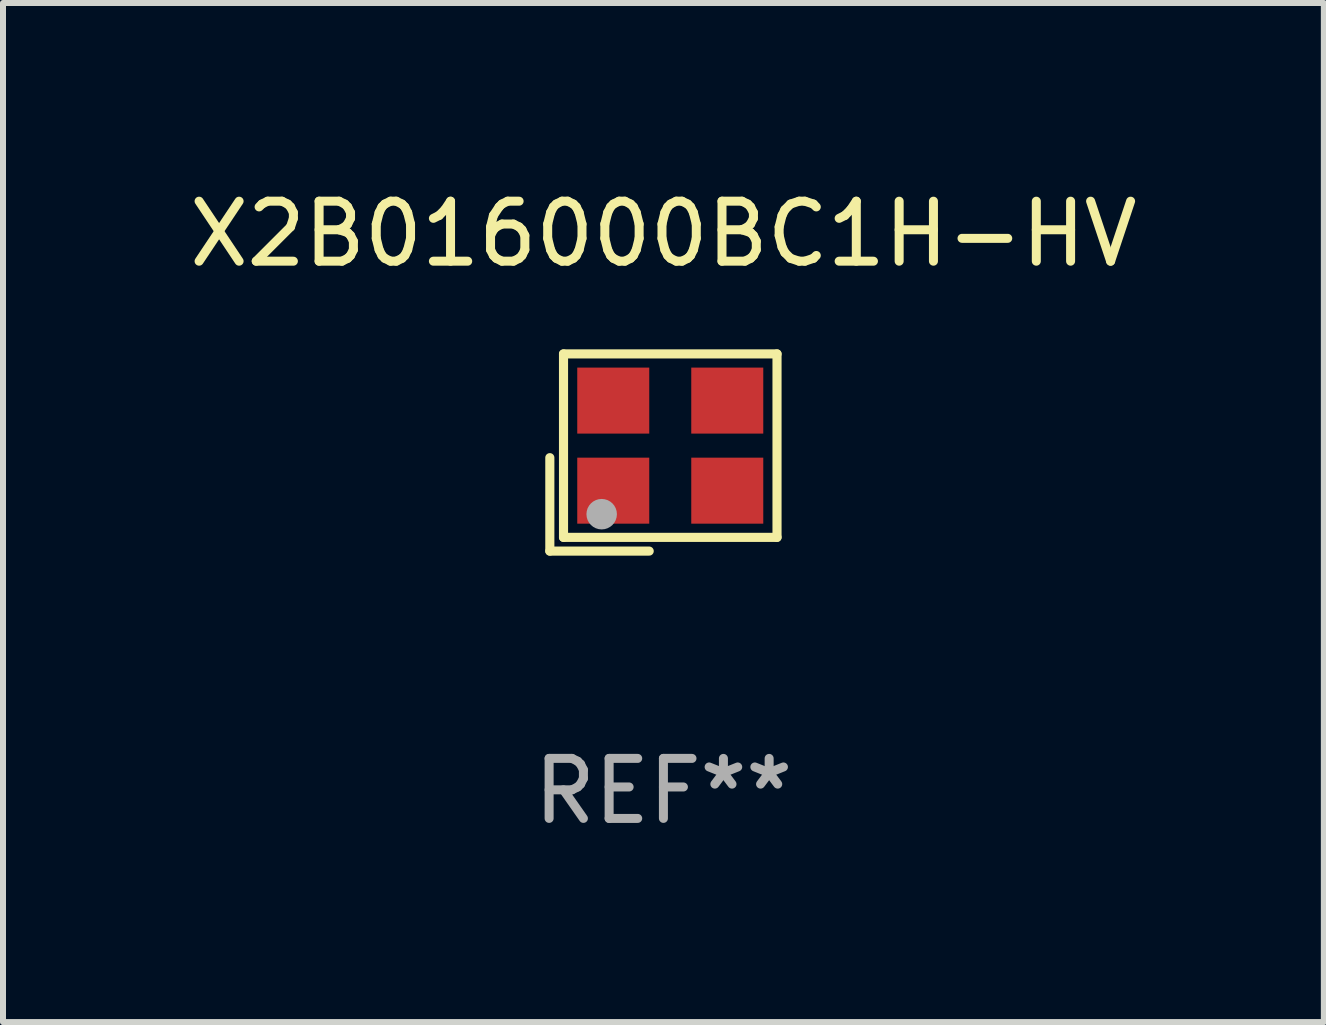
<source format=kicad_pcb>
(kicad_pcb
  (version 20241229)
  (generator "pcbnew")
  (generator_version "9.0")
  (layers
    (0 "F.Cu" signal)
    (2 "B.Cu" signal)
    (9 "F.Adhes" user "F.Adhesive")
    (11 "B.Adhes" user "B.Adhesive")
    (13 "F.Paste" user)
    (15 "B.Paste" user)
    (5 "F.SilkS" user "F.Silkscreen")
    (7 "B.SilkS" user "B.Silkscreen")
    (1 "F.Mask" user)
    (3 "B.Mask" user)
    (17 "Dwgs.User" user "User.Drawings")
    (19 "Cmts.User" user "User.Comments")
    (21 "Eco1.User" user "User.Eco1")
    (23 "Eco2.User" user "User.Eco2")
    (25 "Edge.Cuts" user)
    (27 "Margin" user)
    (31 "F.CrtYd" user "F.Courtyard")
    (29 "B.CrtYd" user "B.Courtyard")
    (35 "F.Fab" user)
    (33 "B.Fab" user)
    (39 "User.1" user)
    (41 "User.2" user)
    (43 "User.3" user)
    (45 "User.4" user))
  (footprint "X2B016000BC1H-HV"
    (layer "F.Cu")
    (at 8.006 4.491)
    (property "Reference" "X2B016000BC1H-HV" (at 0 -3.643 0) (layer "F.SilkS") (effects (font (size 1 1) (thickness 0.15))))
    (attr through_hole)
    (fp_line (start -1.893 0.086) (end -1.893 1.643) (stroke (width 0.152) (type solid)) (layer "F.SilkS"))
    (fp_line (start -1.893 1.643) (end -0.237 1.643) (stroke (width 0.152) (type solid)) (layer "F.SilkS"))
    (fp_line (start -1.665 -1.643) (end 1.893 -1.643) (stroke (width 0.152) (type solid)) (layer "F.SilkS"))
    (fp_line (start -1.665 1.414) (end -1.665 -1.643) (stroke (width 0.152) (type solid)) (layer "F.SilkS"))
    (fp_line (start 1.893 -1.643) (end 1.893 1.414) (stroke (width 0.152) (type solid)) (layer "F.SilkS"))
    (fp_line (start 1.893 1.414) (end -1.665 1.414) (stroke (width 0.152) (type solid)) (layer "F.SilkS"))
    (fp_circle (center -1.136 0.885) (end -1.106 0.885) (stroke (width 0.06) (type solid)) (fill no) (layer "F.SilkS"))
    (fp_circle (center -1.029 1.028) (end -0.902 1.028) (stroke (width 0.254) (type solid)) (fill no) (layer "F.Fab"))
    (fp_text user "REF**" (at 0 5.643 0) (layer "F.Fab") (effects (font (size 1 1) (thickness 0.15))))
    (pad "1" smd rect (at -0.836 0.636) (size 1.2 1.1) (layers "F.Cu" "F.Mask" "F.Paste"))
    (pad "2" smd rect (at 1.064 0.636) (size 1.2 1.1) (layers "F.Cu" "F.Mask" "F.Paste"))
    (pad "3" smd rect (at 1.064 -0.865) (size 1.2 1.1) (layers "F.Cu" "F.Mask" "F.Paste"))
    (pad "4" smd rect (at -0.836 -0.865) (size 1.2 1.1) (layers "F.Cu" "F.Mask" "F.Paste")))
  (gr_rect
    (start -3 -3)
    (end 19.012 13.983)
    (stroke (width 0.1) (type default))
    (fill no)
    (layer "Edge.Cuts")))
</source>
